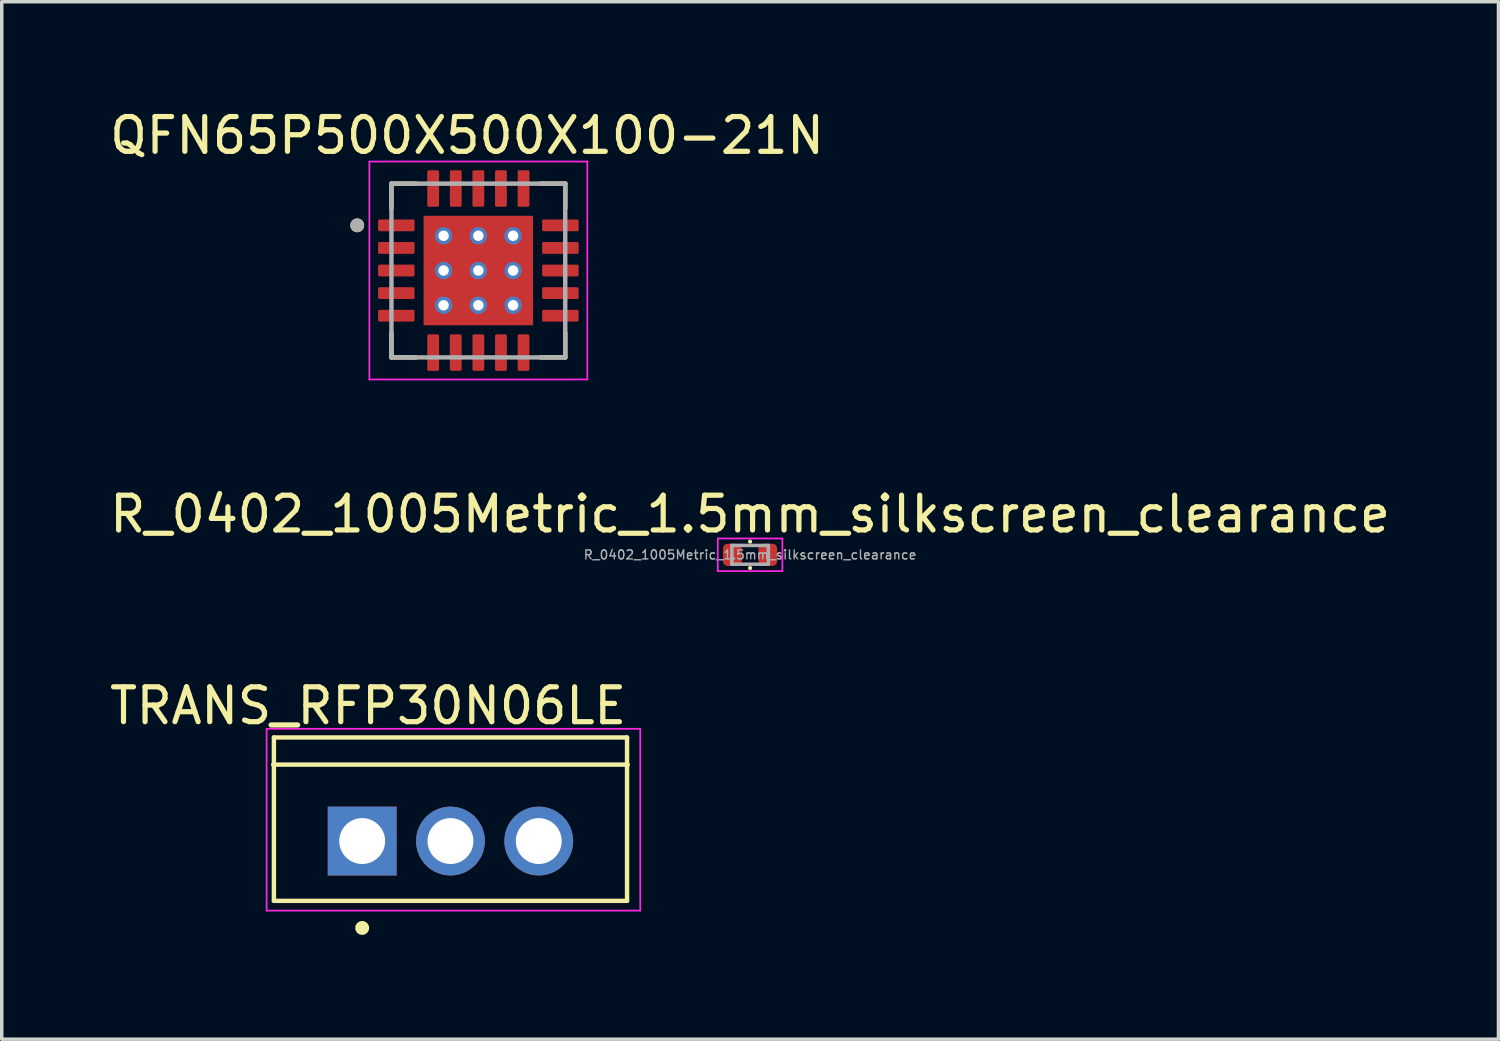
<source format=kicad_pcb>
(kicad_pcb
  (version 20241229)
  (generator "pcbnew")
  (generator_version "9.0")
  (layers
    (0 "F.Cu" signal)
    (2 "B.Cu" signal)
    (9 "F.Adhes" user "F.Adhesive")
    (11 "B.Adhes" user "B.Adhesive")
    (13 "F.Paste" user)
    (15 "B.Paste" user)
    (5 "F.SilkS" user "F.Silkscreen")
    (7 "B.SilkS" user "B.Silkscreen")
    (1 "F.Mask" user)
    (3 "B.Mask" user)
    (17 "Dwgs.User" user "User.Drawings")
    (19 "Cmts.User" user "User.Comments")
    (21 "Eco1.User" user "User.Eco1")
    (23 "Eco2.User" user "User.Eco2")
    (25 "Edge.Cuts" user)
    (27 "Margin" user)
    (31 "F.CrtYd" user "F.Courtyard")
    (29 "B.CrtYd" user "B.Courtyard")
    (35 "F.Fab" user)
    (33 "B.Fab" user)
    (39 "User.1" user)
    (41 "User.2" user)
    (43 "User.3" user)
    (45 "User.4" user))
  (footprint "QFN65P500X500X100-21N"
    (layer "F.Cu")
    (at 10.712 4.733)
    (property "Reference" "QFN65P500X500X100-21N" (at -0.325 -3.885 0) (layer "F.SilkS") (effects (font (size 1 1) (thickness 0.15))))
    (attr smd)
    (fp_line (start -2.5 -2.5) (end -2.5 -1.79) (stroke (width 0.127) (type solid)) (layer "F.SilkS"))
    (fp_line (start -2.5 -2.5) (end -1.79 -2.5) (stroke (width 0.127) (type solid)) (layer "F.SilkS"))
    (fp_line (start -2.5 2.5) (end -2.5 1.79) (stroke (width 0.127) (type solid)) (layer "F.SilkS"))
    (fp_line (start -2.5 2.5) (end -1.79 2.5) (stroke (width 0.127) (type solid)) (layer "F.SilkS"))
    (fp_line (start 2.5 -2.5) (end 1.79 -2.5) (stroke (width 0.127) (type solid)) (layer "F.SilkS"))
    (fp_line (start 2.5 -2.5) (end 2.5 -1.79) (stroke (width 0.127) (type solid)) (layer "F.SilkS"))
    (fp_line (start 2.5 2.5) (end 1.79 2.5) (stroke (width 0.127) (type solid)) (layer "F.SilkS"))
    (fp_line (start 2.5 2.5) (end 2.5 1.79) (stroke (width 0.127) (type solid)) (layer "F.SilkS"))
    (fp_circle (center -3.485 -1.3) (end -3.385 -1.3) (stroke (width 0.2) (type solid)) (fill no) (layer "F.SilkS"))
    (fp_poly (pts (xy -1.45 -1.45) (xy -0.15 -1.45) (xy -0.15 -0.15) (xy -1.45 -0.15)) (stroke (width 0.01) (type solid)) (fill yes) (layer "F.Paste"))
    (fp_poly (pts (xy -1.45 0.15) (xy -0.15 0.15) (xy -0.15 1.45) (xy -1.45 1.45)) (stroke (width 0.01) (type solid)) (fill yes) (layer "F.Paste"))
    (fp_poly (pts (xy 0.15 -1.45) (xy 1.45 -1.45) (xy 1.45 -0.15) (xy 0.15 -0.15)) (stroke (width 0.01) (type solid)) (fill yes) (layer "F.Paste"))
    (fp_poly (pts (xy 0.15 0.15) (xy 1.45 0.15) (xy 1.45 1.45) (xy 0.15 1.45)) (stroke (width 0.01) (type solid)) (fill yes) (layer "F.Paste"))
    (fp_line (start -3.135 -3.135) (end 3.135 -3.135) (stroke (width 0.05) (type solid)) (layer "F.CrtYd"))
    (fp_line (start -3.135 3.135) (end -3.135 -3.135) (stroke (width 0.05) (type solid)) (layer "F.CrtYd"))
    (fp_line (start -3.135 3.135) (end 3.135 3.135) (stroke (width 0.05) (type solid)) (layer "F.CrtYd"))
    (fp_line (start 3.135 3.135) (end 3.135 -3.135) (stroke (width 0.05) (type solid)) (layer "F.CrtYd"))
    (fp_line (start -2.5 2.5) (end -2.5 -2.5) (stroke (width 0.127) (type solid)) (layer "F.Fab"))
    (fp_line (start 2.5 -2.5) (end -2.5 -2.5) (stroke (width 0.127) (type solid)) (layer "F.Fab"))
    (fp_line (start 2.5 2.5) (end -2.5 2.5) (stroke (width 0.127) (type solid)) (layer "F.Fab"))
    (fp_line (start 2.5 2.5) (end 2.5 -2.5) (stroke (width 0.127) (type solid)) (layer "F.Fab"))
    (fp_circle (center -3.485 -1.3) (end -3.385 -1.3) (stroke (width 0.2) (type solid)) (fill no) (layer "F.Fab"))
    (pad "1" smd roundrect (at -2.36 -1.3) (size 1.05 0.34) (layers "F.Cu" "F.Mask" "F.Paste") (roundrect_rratio 0.125))
    (pad "2" smd roundrect (at -2.36 -0.65) (size 1.05 0.34) (layers "F.Cu" "F.Mask" "F.Paste") (roundrect_rratio 0.125))
    (pad "3" smd roundrect (at -2.36 0) (size 1.05 0.34) (layers "F.Cu" "F.Mask" "F.Paste") (roundrect_rratio 0.125))
    (pad "4" smd roundrect (at -2.36 0.65) (size 1.05 0.34) (layers "F.Cu" "F.Mask" "F.Paste") (roundrect_rratio 0.125))
    (pad "5" smd roundrect (at -2.36 1.3) (size 1.05 0.34) (layers "F.Cu" "F.Mask" "F.Paste") (roundrect_rratio 0.125))
    (pad "6" smd roundrect (at -1.3 2.36) (size 0.34 1.05) (layers "F.Cu" "F.Mask" "F.Paste") (roundrect_rratio 0.125))
    (pad "7" smd roundrect (at -0.65 2.36) (size 0.34 1.05) (layers "F.Cu" "F.Mask" "F.Paste") (roundrect_rratio 0.125))
    (pad "8" smd roundrect (at 0 2.36) (size 0.34 1.05) (layers "F.Cu" "F.Mask" "F.Paste") (roundrect_rratio 0.125))
    (pad "9" smd roundrect (at 0.65 2.36) (size 0.34 1.05) (layers "F.Cu" "F.Mask" "F.Paste") (roundrect_rratio 0.125))
    (pad "10" smd roundrect (at 1.3 2.36) (size 0.34 1.05) (layers "F.Cu" "F.Mask" "F.Paste") (roundrect_rratio 0.125))
    (pad "11" smd roundrect (at 2.36 1.3) (size 1.05 0.34) (layers "F.Cu" "F.Mask" "F.Paste") (roundrect_rratio 0.125))
    (pad "12" smd roundrect (at 2.36 0.65) (size 1.05 0.34) (layers "F.Cu" "F.Mask" "F.Paste") (roundrect_rratio 0.125))
    (pad "13" smd roundrect (at 2.36 0) (size 1.05 0.34) (layers "F.Cu" "F.Mask" "F.Paste") (roundrect_rratio 0.125))
    (pad "14" smd roundrect (at 2.36 -0.65) (size 1.05 0.34) (layers "F.Cu" "F.Mask" "F.Paste") (roundrect_rratio 0.125))
    (pad "15" smd roundrect (at 2.36 -1.3) (size 1.05 0.34) (layers "F.Cu" "F.Mask" "F.Paste") (roundrect_rratio 0.125))
    (pad "16" smd roundrect (at 1.3 -2.36) (size 0.34 1.05) (layers "F.Cu" "F.Mask" "F.Paste") (roundrect_rratio 0.125))
    (pad "17" smd roundrect (at 0.65 -2.36) (size 0.34 1.05) (layers "F.Cu" "F.Mask" "F.Paste") (roundrect_rratio 0.125))
    (pad "18" smd roundrect (at 0 -2.36) (size 0.34 1.05) (layers "F.Cu" "F.Mask" "F.Paste") (roundrect_rratio 0.125))
    (pad "19" smd roundrect (at -0.65 -2.36) (size 0.34 1.05) (layers "F.Cu" "F.Mask" "F.Paste") (roundrect_rratio 0.125))
    (pad "20" smd roundrect (at -1.3 -2.36) (size 0.34 1.05) (layers "F.Cu" "F.Mask" "F.Paste") (roundrect_rratio 0.125))
    (pad "21" smd rect (at 0 0) (size 3.15 3.15) (layers "F.Cu" "F.Mask"))
    (pad "22" thru_hole circle (at -1 -1) (size 0.5 0.5) (drill 0.3) (layers "*.Cu" "*.Mask"))
    (pad "23" thru_hole circle (at 0 -1) (size 0.5 0.5) (drill 0.3) (layers "*.Cu" "*.Mask"))
    (pad "24" thru_hole circle (at 1 -1) (size 0.5 0.5) (drill 0.3) (layers "*.Cu" "*.Mask"))
    (pad "25" thru_hole circle (at -1 0) (size 0.5 0.5) (drill 0.3) (layers "*.Cu" "*.Mask"))
    (pad "26" thru_hole circle (at 0 0) (size 0.5 0.5) (drill 0.3) (layers "*.Cu" "*.Mask"))
    (pad "27" thru_hole circle (at 1 0) (size 0.5 0.5) (drill 0.3) (layers "*.Cu" "*.Mask"))
    (pad "28" thru_hole circle (at -1 1) (size 0.5 0.5) (drill 0.3) (layers "*.Cu" "*.Mask"))
    (pad "29" thru_hole circle (at 0 1) (size 0.5 0.5) (drill 0.3) (layers "*.Cu" "*.Mask"))
    (pad "30" thru_hole circle (at 1 1) (size 0.5 0.5) (drill 0.3) (layers "*.Cu" "*.Mask")))
  (footprint "TRANS_RFP30N06LE"
    (layer "F.Cu")
    (at 9.91 21.147)
    (property "Reference" "TRANS_RFP30N06LE" (at -2.369 -3.891 0) (layer "F.SilkS") (effects (font (size 1.002 1.002) (thickness 0.15))))
    (attr through_hole)
    (fp_line (start -5.1 -2.2) (end 5.1 -2.2) (stroke (width 0.127) (type solid)) (layer "F.SilkS"))
    (fp_line (start -5.08 -2.98) (end -5.08 1.72) (stroke (width 0.127) (type solid)) (layer "F.SilkS"))
    (fp_line (start -5.08 1.72) (end 5.08 1.72) (stroke (width 0.127) (type solid)) (layer "F.SilkS"))
    (fp_line (start 5.08 -2.98) (end -5.08 -2.98) (stroke (width 0.127) (type solid)) (layer "F.SilkS"))
    (fp_line (start 5.08 1.72) (end 5.08 -2.98) (stroke (width 0.127) (type solid)) (layer "F.SilkS"))
    (fp_circle (center -2.54 2.5) (end -2.34 2.5) (stroke (width 0) (type solid)) (fill yes) (layer "F.SilkS"))
    (fp_line (start -5.29 -3.23) (end 5.46 -3.23) (stroke (width 0.05) (type solid)) (layer "F.CrtYd"))
    (fp_line (start -5.29 2) (end -5.29 -3.23) (stroke (width 0.05) (type solid)) (layer "F.CrtYd"))
    (fp_line (start 5.46 -3.23) (end 5.46 2) (stroke (width 0.05) (type solid)) (layer "F.CrtYd"))
    (fp_line (start 5.46 2) (end -5.29 2) (stroke (width 0.05) (type solid)) (layer "F.CrtYd"))
    (pad "1" thru_hole rect (at -2.54 0) (size 1.98 1.98) (drill 1.32) (layers "*.Cu" "*.Mask"))
    (pad "2" thru_hole circle (at 0 0) (size 1.98 1.98) (drill 1.32) (layers "*.Cu" "*.Mask"))
    (pad "3" thru_hole circle (at 2.54 0) (size 1.98 1.98) (drill 1.32) (layers "*.Cu" "*.Mask")))
  (footprint "R_0402_1005Metric_1.5mm_silkscreen_clearance"
    (layer "F.Cu")
    (at 18.53 12.912)
    (property "Reference" "R_0402_1005Metric_1.5mm_silkscreen_clearance" (at 0 -1.17 0) (layer "F.SilkS") (effects (font (size 1 1) (thickness 0.15))))
    (attr smd)
    (fp_line (start 0 -0.38) (end 0 -0.38) (stroke (width 0.12) (type solid)) (layer "F.SilkS"))
    (fp_line (start 0 0.38) (end 0 0.38) (stroke (width 0.12) (type solid)) (layer "F.SilkS"))
    (fp_line (start -0.93 -0.47) (end 0.93 -0.47) (stroke (width 0.05) (type solid)) (layer "F.CrtYd"))
    (fp_line (start -0.93 0.47) (end -0.93 -0.47) (stroke (width 0.05) (type solid)) (layer "F.CrtYd"))
    (fp_line (start 0.93 -0.47) (end 0.93 0.47) (stroke (width 0.05) (type solid)) (layer "F.CrtYd"))
    (fp_line (start 0.93 0.47) (end -0.93 0.47) (stroke (width 0.05) (type solid)) (layer "F.CrtYd"))
    (fp_line (start -0.525 -0.27) (end 0.525 -0.27) (stroke (width 0.1) (type solid)) (layer "F.Fab"))
    (fp_line (start -0.525 0.27) (end -0.525 -0.27) (stroke (width 0.1) (type solid)) (layer "F.Fab"))
    (fp_line (start 0.525 -0.27) (end 0.525 0.27) (stroke (width 0.1) (type solid)) (layer "F.Fab"))
    (fp_line (start 0.525 0.27) (end -0.525 0.27) (stroke (width 0.1) (type solid)) (layer "F.Fab"))
    (fp_text user "${REFERENCE}" (at 0 0 0) (layer "F.Fab") (effects (font (size 0.26 0.26) (thickness 0.04))))
    (pad "1" smd roundrect (at -0.51 0) (size 0.54 0.64) (layers "F.Cu" "F.Mask" "F.Paste") (roundrect_rratio 0.25))
    (pad "2" smd roundrect (at 0.51 0) (size 0.54 0.64) (layers "F.Cu" "F.Mask" "F.Paste") (roundrect_rratio 0.25)))
  (gr_rect
    (start -3 -3)
    (end 40.06 26.847)
    (stroke (width 0.1) (type default))
    (fill no)
    (layer "Edge.Cuts")))
</source>
